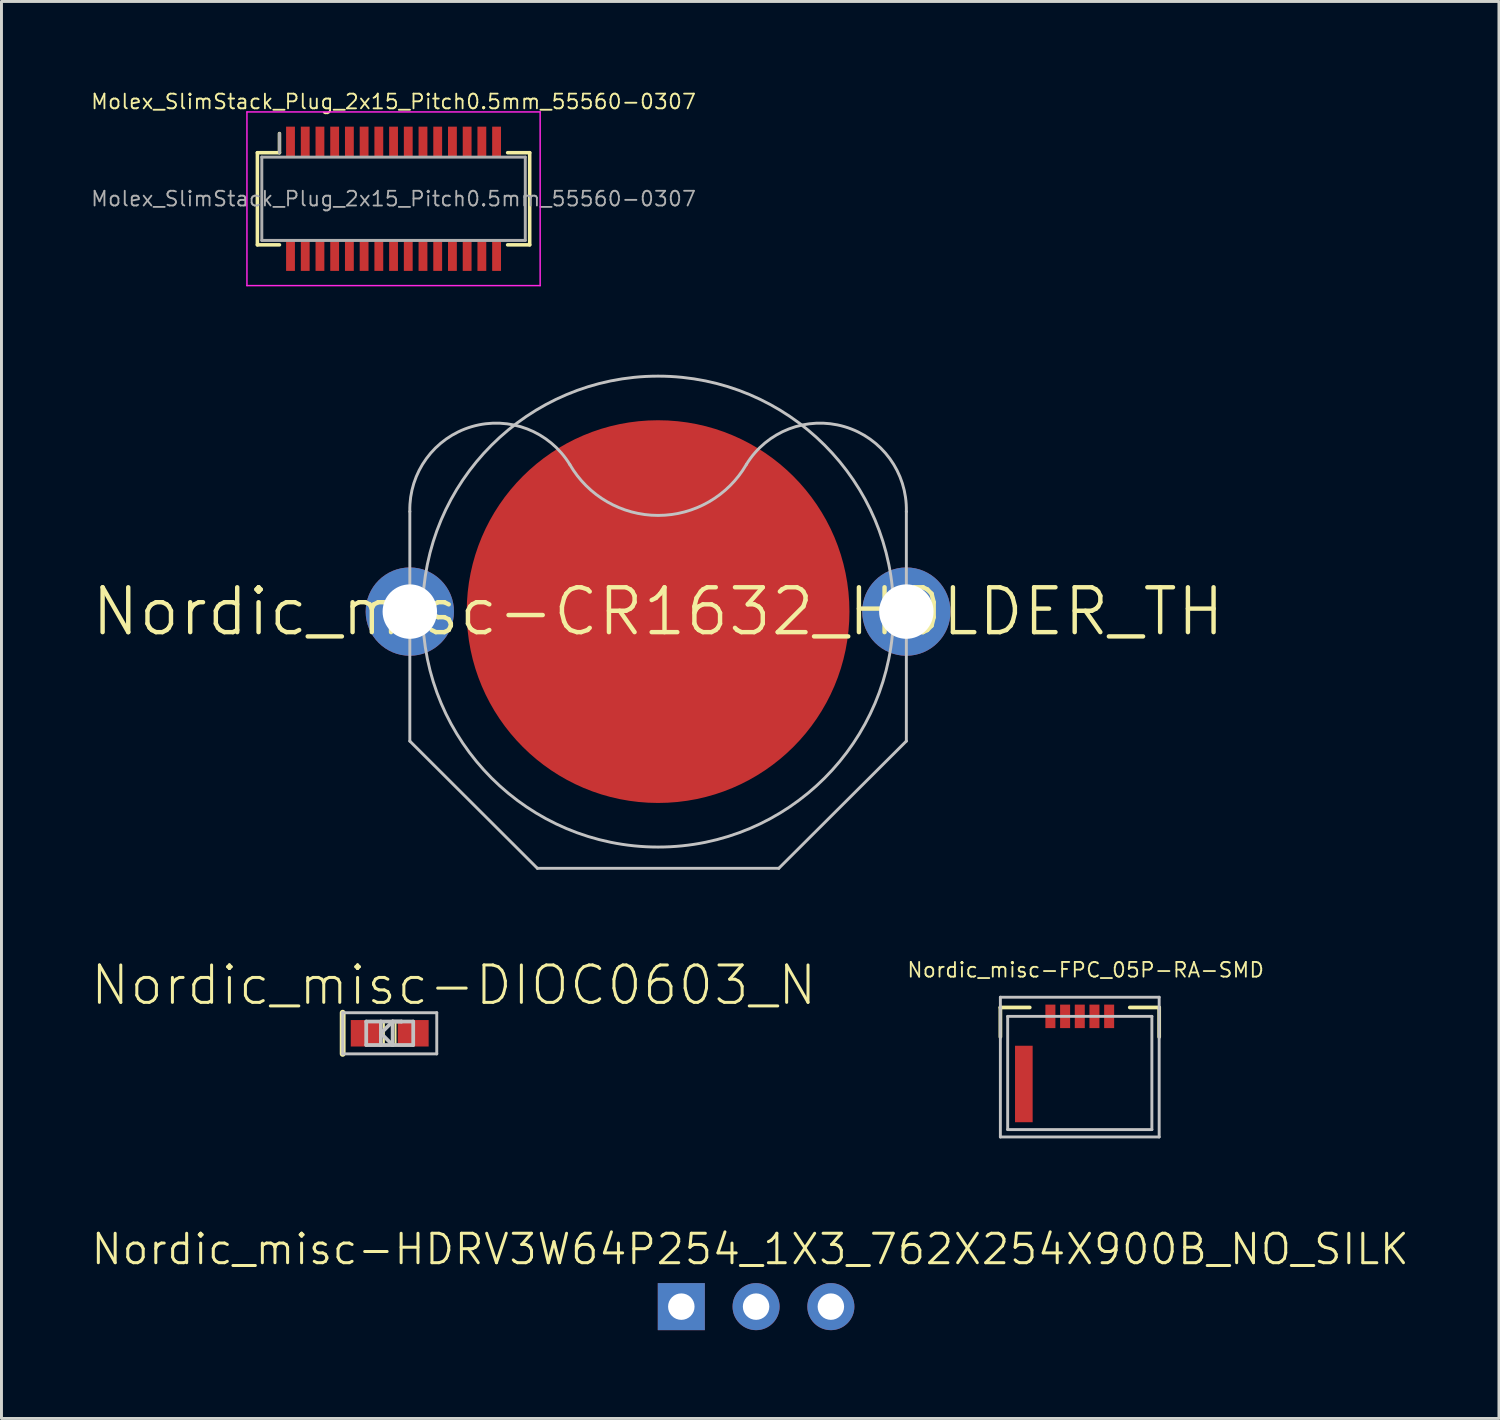
<source format=kicad_pcb>
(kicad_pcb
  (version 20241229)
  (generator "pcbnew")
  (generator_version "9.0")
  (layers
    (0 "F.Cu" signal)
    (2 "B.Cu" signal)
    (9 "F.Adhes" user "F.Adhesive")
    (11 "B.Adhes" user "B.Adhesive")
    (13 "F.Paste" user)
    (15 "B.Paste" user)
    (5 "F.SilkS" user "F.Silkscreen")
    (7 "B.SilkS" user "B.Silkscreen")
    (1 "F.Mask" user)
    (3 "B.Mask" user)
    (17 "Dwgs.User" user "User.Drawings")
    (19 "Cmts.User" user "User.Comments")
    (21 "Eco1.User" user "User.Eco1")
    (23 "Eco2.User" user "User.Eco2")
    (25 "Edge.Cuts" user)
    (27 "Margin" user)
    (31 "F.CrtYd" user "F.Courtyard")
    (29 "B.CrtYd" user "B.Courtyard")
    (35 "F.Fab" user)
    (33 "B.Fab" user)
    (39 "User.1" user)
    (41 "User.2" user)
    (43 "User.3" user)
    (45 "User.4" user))
  (footprint "Nordic_misc-FPC_05P-RA-SMD"
    (layer "F.Cu")
    (at 33.628 33.072)
    (property "Reference" "Nordic_misc-FPC_05P-RA-SMD" (at 0.2 -3.175 0) (layer "F.SilkS") (effects (font (size 0.5 0.5) (thickness 0.062))))
    (attr smd)
    (fp_line (start -2.697 -1.9) (end -2.697 -0.899) (stroke (width 0.127) (type solid)) (layer "F.SilkS"))
    (fp_line (start -1.699 -1.9) (end -2.697 -1.9) (stroke (width 0.127) (type solid)) (layer "F.SilkS"))
    (fp_line (start 1.699 -1.9) (end 2.697 -1.9) (stroke (width 0.127) (type solid)) (layer "F.SilkS"))
    (fp_line (start 2.697 -1.9) (end 2.697 -0.899) (stroke (width 0.127) (type solid)) (layer "F.SilkS"))
    (fp_line (start -2.697 -2.248) (end -2.697 2.499) (stroke (width 0.099) (type solid)) (layer "Dwgs.User"))
    (fp_line (start -2.697 2.499) (end 2.697 2.499) (stroke (width 0.099) (type solid)) (layer "Dwgs.User"))
    (fp_line (start -2.449 -1.598) (end 2.449 -1.598) (stroke (width 0.099) (type solid)) (layer "Dwgs.User"))
    (fp_line (start -2.449 2.248) (end -2.449 -1.598) (stroke (width 0.099) (type solid)) (layer "Dwgs.User"))
    (fp_line (start 2.449 -1.598) (end 2.449 2.248) (stroke (width 0.099) (type solid)) (layer "Dwgs.User"))
    (fp_line (start 2.449 2.248) (end -2.449 2.248) (stroke (width 0.099) (type solid)) (layer "Dwgs.User"))
    (fp_line (start 2.697 -2.248) (end -2.697 -2.248) (stroke (width 0.099) (type solid)) (layer "Dwgs.User"))
    (fp_line (start 2.697 2.499) (end 2.697 -2.248) (stroke (width 0.099) (type solid)) (layer "Dwgs.User"))
    (pad "0" smd rect (at -1.9 0.699) (size 0.599 2.598) (layers "F.Cu" "F.Mask" "F.Paste"))
    (pad "1" smd rect (at -0.998 -1.598) (size 0.34 0.798) (layers "F.Cu" "F.Mask" "F.Paste"))
    (pad "2" smd rect (at -0.498 -1.598) (size 0.34 0.798) (layers "F.Cu" "F.Mask" "F.Paste"))
    (pad "3" smd rect (at 0 -1.598) (size 0.34 0.798) (layers "F.Cu" "F.Mask" "F.Paste"))
    (pad "4" smd rect (at 0.498 -1.598) (size 0.34 0.798) (layers "F.Cu" "F.Mask" "F.Paste"))
    (pad "5" smd rect (at 0.998 -1.598) (size 0.34 0.798) (layers "F.Cu" "F.Mask" "F.Paste")))
  (footprint "Molex_SlimStack_Plug_2x15_Pitch0.5mm_55560-0307"
    (layer "F.Cu")
    (at 10.318 3.702)
    (property "Reference" "Molex_SlimStack_Plug_2x15_Pitch0.5mm_55560-0307" (at 0 -3.3 0) (layer "F.SilkS") (effects (font (size 0.5 0.5) (thickness 0.062))))
    (attr smd)
    (fp_line (start -4.625 -1.565) (end -3.875 -1.565) (stroke (width 0.12) (type solid)) (layer "F.SilkS"))
    (fp_line (start -4.625 1.565) (end -4.625 -1.565) (stroke (width 0.12) (type solid)) (layer "F.SilkS"))
    (fp_line (start -3.875 -1.565) (end -3.875 -2.215) (stroke (width 0.12) (type solid)) (layer "F.SilkS"))
    (fp_line (start -3.875 1.565) (end -4.625 1.565) (stroke (width 0.12) (type solid)) (layer "F.SilkS"))
    (fp_line (start 3.875 1.565) (end 4.625 1.565) (stroke (width 0.12) (type solid)) (layer "F.SilkS"))
    (fp_line (start 4.625 -1.565) (end 3.875 -1.565) (stroke (width 0.12) (type solid)) (layer "F.SilkS"))
    (fp_line (start 4.625 1.565) (end 4.625 -1.565) (stroke (width 0.12) (type solid)) (layer "F.SilkS"))
    (fp_line (start -4.98 -2.95) (end -4.98 2.95) (stroke (width 0.05) (type solid)) (layer "F.CrtYd"))
    (fp_line (start -4.98 2.95) (end 4.98 2.95) (stroke (width 0.05) (type solid)) (layer "F.CrtYd"))
    (fp_line (start 4.98 -2.95) (end -4.98 -2.95) (stroke (width 0.05) (type solid)) (layer "F.CrtYd"))
    (fp_line (start 4.98 2.95) (end 4.98 -2.95) (stroke (width 0.05) (type solid)) (layer "F.CrtYd"))
    (fp_line (start -4.475 -1.415) (end -4.475 1.415) (stroke (width 0.1) (type solid)) (layer "F.Fab"))
    (fp_line (start -4.475 1.415) (end 4.475 1.415) (stroke (width 0.1) (type solid)) (layer "F.Fab"))
    (fp_line (start -3.875 -1.565) (end -3.875 -2.215) (stroke (width 0.1) (type solid)) (layer "F.Fab"))
    (fp_line (start 4.475 -1.415) (end -4.475 -1.415) (stroke (width 0.1) (type solid)) (layer "F.Fab"))
    (fp_line (start 4.475 1.415) (end 4.475 -1.415) (stroke (width 0.1) (type solid)) (layer "F.Fab"))
    (fp_text user "${REFERENCE}" (at 0 0 0) (layer "F.Fab") (effects (font (size 0.5 0.5) (thickness 0.062))))
    (pad "1" smd rect (at -3.5 -1.95) (size 0.3 1) (layers "F.Cu" "F.Mask" "F.Paste"))
    (pad "2" smd rect (at -3.5 1.95) (size 0.3 1) (layers "F.Cu" "F.Mask" "F.Paste"))
    (pad "3" smd rect (at -3 -1.95) (size 0.3 1) (layers "F.Cu" "F.Mask" "F.Paste"))
    (pad "4" smd rect (at -3 1.95) (size 0.3 1) (layers "F.Cu" "F.Mask" "F.Paste"))
    (pad "5" smd rect (at -2.5 -1.95) (size 0.3 1) (layers "F.Cu" "F.Mask" "F.Paste"))
    (pad "6" smd rect (at -2.5 1.95) (size 0.3 1) (layers "F.Cu" "F.Mask" "F.Paste"))
    (pad "7" smd rect (at -2 -1.95) (size 0.3 1) (layers "F.Cu" "F.Mask" "F.Paste"))
    (pad "8" smd rect (at -2 1.95) (size 0.3 1) (layers "F.Cu" "F.Mask" "F.Paste"))
    (pad "9" smd rect (at -1.5 -1.95) (size 0.3 1) (layers "F.Cu" "F.Mask" "F.Paste"))
    (pad "10" smd rect (at -1.5 1.95) (size 0.3 1) (layers "F.Cu" "F.Mask" "F.Paste"))
    (pad "11" smd rect (at -1 -1.95) (size 0.3 1) (layers "F.Cu" "F.Mask" "F.Paste"))
    (pad "12" smd rect (at -1 1.95) (size 0.3 1) (layers "F.Cu" "F.Mask" "F.Paste"))
    (pad "13" smd rect (at -0.5 -1.95) (size 0.3 1) (layers "F.Cu" "F.Mask" "F.Paste"))
    (pad "14" smd rect (at -0.5 1.95) (size 0.3 1) (layers "F.Cu" "F.Mask" "F.Paste"))
    (pad "15" smd rect (at 0 -1.95) (size 0.3 1) (layers "F.Cu" "F.Mask" "F.Paste"))
    (pad "16" smd rect (at 0 1.95) (size 0.3 1) (layers "F.Cu" "F.Mask" "F.Paste"))
    (pad "17" smd rect (at 0.5 -1.95) (size 0.3 1) (layers "F.Cu" "F.Mask" "F.Paste"))
    (pad "18" smd rect (at 0.5 1.95) (size 0.3 1) (layers "F.Cu" "F.Mask" "F.Paste"))
    (pad "19" smd rect (at 1 -1.95) (size 0.3 1) (layers "F.Cu" "F.Mask" "F.Paste"))
    (pad "20" smd rect (at 1 1.95) (size 0.3 1) (layers "F.Cu" "F.Mask" "F.Paste"))
    (pad "21" smd rect (at 1.5 -1.95) (size 0.3 1) (layers "F.Cu" "F.Mask" "F.Paste"))
    (pad "22" smd rect (at 1.5 1.95) (size 0.3 1) (layers "F.Cu" "F.Mask" "F.Paste"))
    (pad "23" smd rect (at 2 -1.95) (size 0.3 1) (layers "F.Cu" "F.Mask" "F.Paste"))
    (pad "24" smd rect (at 2 1.95) (size 0.3 1) (layers "F.Cu" "F.Mask" "F.Paste"))
    (pad "25" smd rect (at 2.5 -1.95) (size 0.3 1) (layers "F.Cu" "F.Mask" "F.Paste"))
    (pad "26" smd rect (at 2.5 1.95) (size 0.3 1) (layers "F.Cu" "F.Mask" "F.Paste"))
    (pad "27" smd rect (at 3 -1.95) (size 0.3 1) (layers "F.Cu" "F.Mask" "F.Paste"))
    (pad "28" smd rect (at 3 1.95) (size 0.3 1) (layers "F.Cu" "F.Mask" "F.Paste"))
    (pad "29" smd rect (at 3.5 -1.95) (size 0.3 1) (layers "F.Cu" "F.Mask" "F.Paste"))
    (pad "30" smd rect (at 3.5 1.95) (size 0.3 1) (layers "F.Cu" "F.Mask" "F.Paste")))
  (footprint "Nordic_misc-HDRV3W64P254_1X3_762X254X900B_NO_SILK"
    (layer "F.Cu")
    (at 22.633 41.334)
    (property "Reference" "Nordic_misc-HDRV3W64P254_1X3_762X254X900B_NO_SILK" (at -0.2 -1.95 0) (layer "F.SilkS") (effects (font (size 1 1) (thickness 0.102))))
    (attr exclude_from_pos_files exclude_from_bom)
    (pad "1" thru_hole rect (at -2.54 0) (size 1.598 1.598) (drill 0.899) (layers "*.Cu" "*.Paste" "*.Mask"))
    (pad "2" thru_hole circle (at 0 0) (size 1.598 1.598) (drill 0.899) (layers "*.Cu" "*.Paste" "*.Mask"))
    (pad "3" thru_hole circle (at 2.54 0) (size 1.598 1.598) (drill 0.899) (layers "*.Cu" "*.Paste" "*.Mask")))
  (footprint "Nordic_misc-CR1632_HOLDER_TH"
    (layer "F.Cu")
    (at 19.304 17.725)
    (property "Reference" "Nordic_misc-CR1632_HOLDER_TH" (at 0 0 0) (layer "F.SilkS") (effects (font (size 1.524 1.524) (thickness 0.15))))
    (attr smd)
    (fp_line (start -8.433 -3.399) (end -8.433 4.399) (stroke (width 0.099) (type solid)) (layer "Dwgs.User"))
    (fp_line (start -8.433 4.399) (end -4.1 8.72) (stroke (width 0.099) (type solid)) (layer "Dwgs.User"))
    (fp_line (start -4.1 8.72) (end 4.1 8.72) (stroke (width 0.099) (type solid)) (layer "Dwgs.User"))
    (fp_line (start 4.1 8.72) (end 8.433 4.399) (stroke (width 0.099) (type solid)) (layer "Dwgs.User"))
    (fp_line (start 8.433 4.399) (end 8.433 -3.399) (stroke (width 0.099) (type solid)) (layer "Dwgs.User"))
    (fp_arc (start -8.4328 -3.39852) (mid -6.328977 -6.282516) (end -2.998741 -4.996812) (stroke (width 0.09906) (type solid)) (layer "Dwgs.User"))
    (fp_arc (start 2.99974 -4.99872) (mid -0.000328 -3.267009) (end -3.000068 -4.999289) (stroke (width 0.09906) (type solid)) (layer "Dwgs.User"))
    (fp_arc (start 2.99974 -4.99872) (mid 6.331078 -6.282045) (end 8.432889 -3.396368) (stroke (width 0.09906) (type solid)) (layer "Dwgs.User"))
    (fp_circle (center 0 0) (end 0 -7.998) (stroke (width 0.099) (type solid)) (fill no) (layer "Dwgs.User"))
    (pad "1" smd circle (at 0 0) (size 13 13) (layers "F.Cu" "F.Mask" "F.Paste"))
    (pad "2" thru_hole circle (at -8.433 0) (size 3 3) (drill 1.849) (layers "*.Cu" "*.Paste" "*.Mask"))
    (pad "3" thru_hole circle (at 8.433 0) (size 3 3) (drill 1.849) (layers "*.Cu" "*.Paste" "*.Mask")))
  (footprint "Nordic_misc-DIOC0603_N"
    (layer "F.Cu")
    (at 10.188 32.049)
    (property "Reference" "Nordic_misc-DIOC0603_N" (at 2.174 -1.633 0) (layer "F.SilkS") (effects (font (size 1.27 1.27) (thickness 0.102))))
    (attr smd)
    (fp_line (start -1.598 0.699) (end -1.598 -0.699) (stroke (width 0.198) (type solid)) (layer "F.SilkS"))
    (fp_line (start -0.198 -0.399) (end 0.198 -0.399) (stroke (width 0.066) (type solid)) (layer "F.SilkS"))
    (fp_line (start -0.198 0.399) (end -0.198 -0.399) (stroke (width 0.066) (type solid)) (layer "F.SilkS"))
    (fp_line (start -0.198 0.399) (end 0.198 0.399) (stroke (width 0.066) (type solid)) (layer "F.SilkS"))
    (fp_line (start 0.198 0.399) (end 0.198 -0.399) (stroke (width 0.066) (type solid)) (layer "F.SilkS"))
    (fp_line (start -1.598 -0.699) (end -1.598 0.699) (stroke (width 0.099) (type solid)) (layer "Dwgs.User"))
    (fp_line (start -1.598 0.699) (end 1.598 0.699) (stroke (width 0.099) (type solid)) (layer "Dwgs.User"))
    (fp_line (start -0.798 -0.399) (end -0.3 -0.399) (stroke (width 0.127) (type solid)) (layer "Dwgs.User"))
    (fp_line (start -0.798 0.399) (end -0.798 -0.399) (stroke (width 0.127) (type solid)) (layer "Dwgs.User"))
    (fp_line (start -0.3 -0.399) (end -0.3 0.399) (stroke (width 0.127) (type solid)) (layer "Dwgs.User"))
    (fp_line (start -0.3 -0.399) (end 0.099 -0.399) (stroke (width 0.127) (type solid)) (layer "Dwgs.User"))
    (fp_line (start -0.3 0) (end 0.099 0.399) (stroke (width 0.127) (type solid)) (layer "Dwgs.User"))
    (fp_line (start -0.3 0.399) (end -0.798 0.399) (stroke (width 0.127) (type solid)) (layer "Dwgs.User"))
    (fp_line (start 0.099 -0.399) (end -0.3 0) (stroke (width 0.127) (type solid)) (layer "Dwgs.User"))
    (fp_line (start 0.099 -0.399) (end 0.399 -0.399) (stroke (width 0.127) (type solid)) (layer "Dwgs.User"))
    (fp_line (start 0.099 0.399) (end -0.3 0.399) (stroke (width 0.127) (type solid)) (layer "Dwgs.User"))
    (fp_line (start 0.099 0.399) (end 0.099 -0.399) (stroke (width 0.127) (type solid)) (layer "Dwgs.User"))
    (fp_line (start 0.399 -0.399) (end 0.099 -0.399) (stroke (width 0.127) (type solid)) (layer "Dwgs.User"))
    (fp_line (start 0.399 -0.399) (end 0.798 -0.399) (stroke (width 0.127) (type solid)) (layer "Dwgs.User"))
    (fp_line (start 0.798 -0.399) (end 0.798 0.399) (stroke (width 0.127) (type solid)) (layer "Dwgs.User"))
    (fp_line (start 0.798 0.399) (end 0.099 0.399) (stroke (width 0.127) (type solid)) (layer "Dwgs.User"))
    (fp_line (start 1.598 -0.699) (end -1.598 -0.699) (stroke (width 0.099) (type solid)) (layer "Dwgs.User"))
    (fp_line (start 1.598 0.699) (end 1.598 -0.699) (stroke (width 0.099) (type solid)) (layer "Dwgs.User"))
    (pad "1" smd rect (at -0.798 0) (size 1.049 0.899) (layers "F.Cu" "F.Mask" "F.Paste"))
    (pad "2" smd rect (at 0.798 0) (size 1.049 0.899) (layers "F.Cu" "F.Mask" "F.Paste")))
  (gr_rect
    (start -3 -3)
    (end 47.867 45.133)
    (stroke (width 0.1) (type default))
    (fill no)
    (layer "Edge.Cuts")))
</source>
